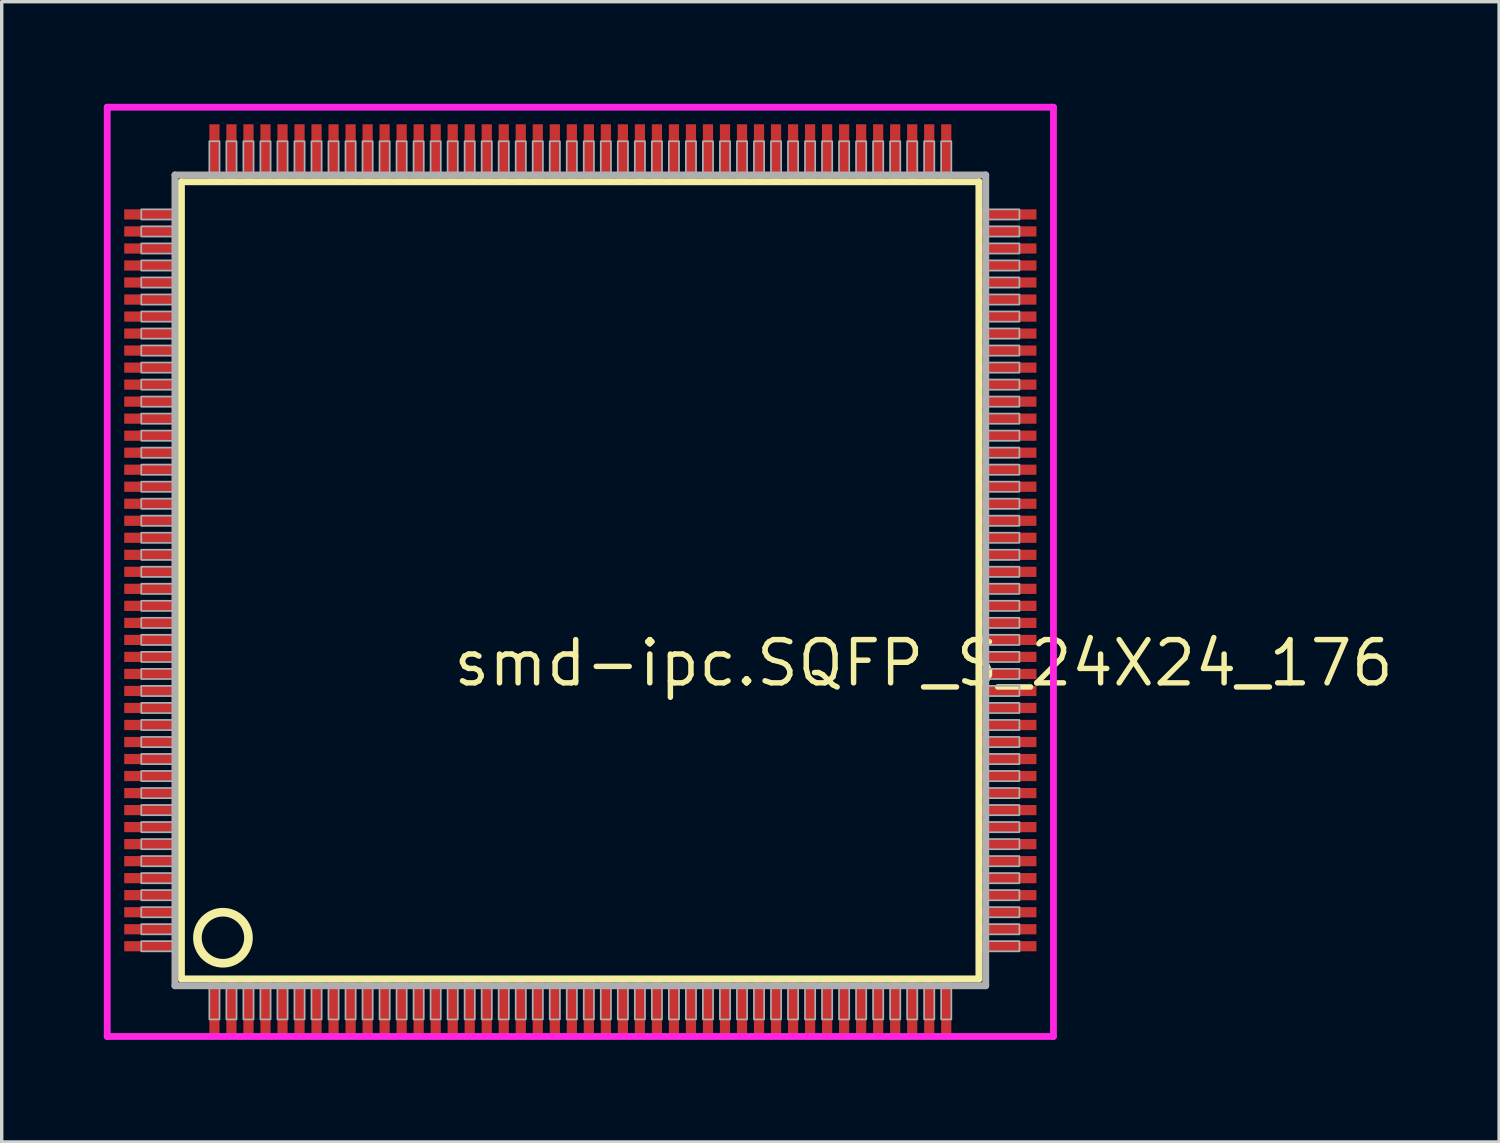
<source format=kicad_pcb>
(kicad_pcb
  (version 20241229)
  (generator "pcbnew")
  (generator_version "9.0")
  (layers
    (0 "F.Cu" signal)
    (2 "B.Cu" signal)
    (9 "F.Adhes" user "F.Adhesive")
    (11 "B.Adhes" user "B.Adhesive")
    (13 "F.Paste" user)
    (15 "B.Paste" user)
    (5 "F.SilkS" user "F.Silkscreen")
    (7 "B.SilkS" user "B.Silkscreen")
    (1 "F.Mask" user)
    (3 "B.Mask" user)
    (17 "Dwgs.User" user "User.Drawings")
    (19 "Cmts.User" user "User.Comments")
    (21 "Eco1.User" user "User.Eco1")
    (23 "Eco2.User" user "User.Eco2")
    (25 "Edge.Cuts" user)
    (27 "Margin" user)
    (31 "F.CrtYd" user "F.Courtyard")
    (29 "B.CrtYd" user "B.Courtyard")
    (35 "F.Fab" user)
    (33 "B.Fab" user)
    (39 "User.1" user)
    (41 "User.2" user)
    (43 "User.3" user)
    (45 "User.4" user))
  (footprint "smd-ipc.SQFP_S_24X24_176"
    (layer "F.Cu")
    (at 14 14)
    (property "Reference" "smd-ipc.SQFP_S_24X24_176" (at -3.81 3.175 0) (layer "F.SilkS") (effects (font (size 1.27 1.27) (thickness 0.16)) (justify left bottom)))
    (attr smd)
    (fp_line (start -11.72 -11.71) (end 11.71 -11.71) (stroke (width 0.203) (type default)) (layer "F.SilkS"))
    (fp_line (start -11.72 11.71) (end -11.72 -11.71) (stroke (width 0.203) (type default)) (layer "F.SilkS"))
    (fp_line (start 11.71 -11.71) (end 11.71 11.71) (stroke (width 0.203) (type default)) (layer "F.SilkS"))
    (fp_line (start 11.71 11.71) (end -11.72 11.71) (stroke (width 0.203) (type default)) (layer "F.SilkS"))
    (fp_circle (center -10.5 10.5) (end -9.75 10.5) (stroke (width 0.254) (type default)) (fill no) (layer "F.SilkS"))
    (fp_line (start -13.9 -13.9) (end 13.9 -13.9) (stroke (width 0.2) (type default)) (layer "F.CrtYd"))
    (fp_line (start -13.9 13.4) (end -13.9 -13.9) (stroke (width 0.2) (type default)) (layer "F.CrtYd"))
    (fp_line (start 13.9 -13.9) (end 13.9 13.4) (stroke (width 0.2) (type default)) (layer "F.CrtYd"))
    (fp_line (start 13.9 13.4) (end -13.9 13.4) (stroke (width 0.2) (type default)) (layer "F.CrtYd"))
    (fp_line (start -11.91 -11.91) (end -11.91 11.91) (stroke (width 0.203) (type default)) (layer "F.Fab"))
    (fp_line (start -11.91 11.91) (end 11.91 11.91) (stroke (width 0.203) (type default)) (layer "F.Fab"))
    (fp_line (start 11.91 -11.91) (end -11.91 -11.91) (stroke (width 0.203) (type default)) (layer "F.Fab"))
    (fp_line (start 11.91 11.91) (end 11.91 -11.91) (stroke (width 0.203) (type default)) (layer "F.Fab"))
    (fp_rect (start -12.9 -10.6) (end -11.95 -10.9) (stroke (width 0.05) (type default)) (fill no) (layer "F.Fab"))
    (fp_rect (start -12.9 -10.1) (end -11.95 -10.4) (stroke (width 0.05) (type default)) (fill no) (layer "F.Fab"))
    (fp_rect (start -12.9 -9.6) (end -11.95 -9.9) (stroke (width 0.05) (type default)) (fill no) (layer "F.Fab"))
    (fp_rect (start -12.9 -9.1) (end -11.95 -9.4) (stroke (width 0.05) (type default)) (fill no) (layer "F.Fab"))
    (fp_rect (start -12.9 -8.6) (end -11.95 -8.9) (stroke (width 0.05) (type default)) (fill no) (layer "F.Fab"))
    (fp_rect (start -12.9 -8.1) (end -11.95 -8.4) (stroke (width 0.05) (type default)) (fill no) (layer "F.Fab"))
    (fp_rect (start -12.9 -7.6) (end -11.95 -7.9) (stroke (width 0.05) (type default)) (fill no) (layer "F.Fab"))
    (fp_rect (start -12.9 -7.1) (end -11.95 -7.4) (stroke (width 0.05) (type default)) (fill no) (layer "F.Fab"))
    (fp_rect (start -12.9 -6.6) (end -11.95 -6.9) (stroke (width 0.05) (type default)) (fill no) (layer "F.Fab"))
    (fp_rect (start -12.9 -6.1) (end -11.95 -6.4) (stroke (width 0.05) (type default)) (fill no) (layer "F.Fab"))
    (fp_rect (start -12.9 -5.6) (end -11.95 -5.9) (stroke (width 0.05) (type default)) (fill no) (layer "F.Fab"))
    (fp_rect (start -12.9 -5.1) (end -11.95 -5.4) (stroke (width 0.05) (type default)) (fill no) (layer "F.Fab"))
    (fp_rect (start -12.9 -4.6) (end -11.95 -4.9) (stroke (width 0.05) (type default)) (fill no) (layer "F.Fab"))
    (fp_rect (start -12.9 -4.1) (end -11.95 -4.4) (stroke (width 0.05) (type default)) (fill no) (layer "F.Fab"))
    (fp_rect (start -12.9 -3.6) (end -11.95 -3.9) (stroke (width 0.05) (type default)) (fill no) (layer "F.Fab"))
    (fp_rect (start -12.9 -3.1) (end -11.95 -3.4) (stroke (width 0.05) (type default)) (fill no) (layer "F.Fab"))
    (fp_rect (start -12.9 -2.6) (end -11.95 -2.9) (stroke (width 0.05) (type default)) (fill no) (layer "F.Fab"))
    (fp_rect (start -12.9 -2.1) (end -11.95 -2.4) (stroke (width 0.05) (type default)) (fill no) (layer "F.Fab"))
    (fp_rect (start -12.9 -1.6) (end -11.95 -1.9) (stroke (width 0.05) (type default)) (fill no) (layer "F.Fab"))
    (fp_rect (start -12.9 -1.1) (end -11.95 -1.4) (stroke (width 0.05) (type default)) (fill no) (layer "F.Fab"))
    (fp_rect (start -12.9 -0.6) (end -11.95 -0.9) (stroke (width 0.05) (type default)) (fill no) (layer "F.Fab"))
    (fp_rect (start -12.9 -0.1) (end -11.95 -0.4) (stroke (width 0.05) (type default)) (fill no) (layer "F.Fab"))
    (fp_rect (start -12.9 0.4) (end -11.95 0.1) (stroke (width 0.05) (type default)) (fill no) (layer "F.Fab"))
    (fp_rect (start -12.9 0.9) (end -11.95 0.6) (stroke (width 0.05) (type default)) (fill no) (layer "F.Fab"))
    (fp_rect (start -12.9 1.4) (end -11.95 1.1) (stroke (width 0.05) (type default)) (fill no) (layer "F.Fab"))
    (fp_rect (start -12.9 1.9) (end -11.95 1.6) (stroke (width 0.05) (type default)) (fill no) (layer "F.Fab"))
    (fp_rect (start -12.9 2.4) (end -11.95 2.1) (stroke (width 0.05) (type default)) (fill no) (layer "F.Fab"))
    (fp_rect (start -12.9 2.9) (end -11.95 2.6) (stroke (width 0.05) (type default)) (fill no) (layer "F.Fab"))
    (fp_rect (start -12.9 3.4) (end -11.95 3.1) (stroke (width 0.05) (type default)) (fill no) (layer "F.Fab"))
    (fp_rect (start -12.9 3.9) (end -11.95 3.6) (stroke (width 0.05) (type default)) (fill no) (layer "F.Fab"))
    (fp_rect (start -12.9 4.4) (end -11.95 4.1) (stroke (width 0.05) (type default)) (fill no) (layer "F.Fab"))
    (fp_rect (start -12.9 4.9) (end -11.95 4.6) (stroke (width 0.05) (type default)) (fill no) (layer "F.Fab"))
    (fp_rect (start -12.9 5.4) (end -11.95 5.1) (stroke (width 0.05) (type default)) (fill no) (layer "F.Fab"))
    (fp_rect (start -12.9 5.9) (end -11.95 5.6) (stroke (width 0.05) (type default)) (fill no) (layer "F.Fab"))
    (fp_rect (start -12.9 6.4) (end -11.95 6.1) (stroke (width 0.05) (type default)) (fill no) (layer "F.Fab"))
    (fp_rect (start -12.9 6.9) (end -11.95 6.6) (stroke (width 0.05) (type default)) (fill no) (layer "F.Fab"))
    (fp_rect (start -12.9 7.4) (end -11.95 7.1) (stroke (width 0.05) (type default)) (fill no) (layer "F.Fab"))
    (fp_rect (start -12.9 7.9) (end -11.95 7.6) (stroke (width 0.05) (type default)) (fill no) (layer "F.Fab"))
    (fp_rect (start -12.9 8.4) (end -11.95 8.1) (stroke (width 0.05) (type default)) (fill no) (layer "F.Fab"))
    (fp_rect (start -12.9 8.9) (end -11.95 8.6) (stroke (width 0.05) (type default)) (fill no) (layer "F.Fab"))
    (fp_rect (start -12.9 9.4) (end -11.95 9.1) (stroke (width 0.05) (type default)) (fill no) (layer "F.Fab"))
    (fp_rect (start -12.9 9.9) (end -11.95 9.6) (stroke (width 0.05) (type default)) (fill no) (layer "F.Fab"))
    (fp_rect (start -12.9 10.4) (end -11.95 10.1) (stroke (width 0.05) (type default)) (fill no) (layer "F.Fab"))
    (fp_rect (start -12.9 10.9) (end -11.95 10.6) (stroke (width 0.05) (type default)) (fill no) (layer "F.Fab"))
    (fp_rect (start -10.9 -11.95) (end -10.6 -12.9) (stroke (width 0.05) (type default)) (fill no) (layer "F.Fab"))
    (fp_rect (start -10.9 12.9) (end -10.6 11.95) (stroke (width 0.05) (type default)) (fill no) (layer "F.Fab"))
    (fp_rect (start -10.4 -11.95) (end -10.1 -12.9) (stroke (width 0.05) (type default)) (fill no) (layer "F.Fab"))
    (fp_rect (start -10.4 12.9) (end -10.1 11.95) (stroke (width 0.05) (type default)) (fill no) (layer "F.Fab"))
    (fp_rect (start -9.9 -11.95) (end -9.6 -12.9) (stroke (width 0.05) (type default)) (fill no) (layer "F.Fab"))
    (fp_rect (start -9.9 12.9) (end -9.6 11.95) (stroke (width 0.05) (type default)) (fill no) (layer "F.Fab"))
    (fp_rect (start -9.4 -11.95) (end -9.1 -12.9) (stroke (width 0.05) (type default)) (fill no) (layer "F.Fab"))
    (fp_rect (start -9.4 12.9) (end -9.1 11.95) (stroke (width 0.05) (type default)) (fill no) (layer "F.Fab"))
    (fp_rect (start -8.9 -11.95) (end -8.6 -12.9) (stroke (width 0.05) (type default)) (fill no) (layer "F.Fab"))
    (fp_rect (start -8.9 12.9) (end -8.6 11.95) (stroke (width 0.05) (type default)) (fill no) (layer "F.Fab"))
    (fp_rect (start -8.4 -11.95) (end -8.1 -12.9) (stroke (width 0.05) (type default)) (fill no) (layer "F.Fab"))
    (fp_rect (start -8.4 12.9) (end -8.1 11.95) (stroke (width 0.05) (type default)) (fill no) (layer "F.Fab"))
    (fp_rect (start -7.9 -11.95) (end -7.6 -12.9) (stroke (width 0.05) (type default)) (fill no) (layer "F.Fab"))
    (fp_rect (start -7.9 12.9) (end -7.6 11.95) (stroke (width 0.05) (type default)) (fill no) (layer "F.Fab"))
    (fp_rect (start -7.4 -11.95) (end -7.1 -12.9) (stroke (width 0.05) (type default)) (fill no) (layer "F.Fab"))
    (fp_rect (start -7.4 12.9) (end -7.1 11.95) (stroke (width 0.05) (type default)) (fill no) (layer "F.Fab"))
    (fp_rect (start -6.9 -11.95) (end -6.6 -12.9) (stroke (width 0.05) (type default)) (fill no) (layer "F.Fab"))
    (fp_rect (start -6.9 12.9) (end -6.6 11.95) (stroke (width 0.05) (type default)) (fill no) (layer "F.Fab"))
    (fp_rect (start -6.4 -11.95) (end -6.1 -12.9) (stroke (width 0.05) (type default)) (fill no) (layer "F.Fab"))
    (fp_rect (start -6.4 12.9) (end -6.1 11.95) (stroke (width 0.05) (type default)) (fill no) (layer "F.Fab"))
    (fp_rect (start -5.9 -11.95) (end -5.6 -12.9) (stroke (width 0.05) (type default)) (fill no) (layer "F.Fab"))
    (fp_rect (start -5.9 12.9) (end -5.6 11.95) (stroke (width 0.05) (type default)) (fill no) (layer "F.Fab"))
    (fp_rect (start -5.4 -11.95) (end -5.1 -12.9) (stroke (width 0.05) (type default)) (fill no) (layer "F.Fab"))
    (fp_rect (start -5.4 12.9) (end -5.1 11.95) (stroke (width 0.05) (type default)) (fill no) (layer "F.Fab"))
    (fp_rect (start -4.9 -11.95) (end -4.6 -12.9) (stroke (width 0.05) (type default)) (fill no) (layer "F.Fab"))
    (fp_rect (start -4.9 12.9) (end -4.6 11.95) (stroke (width 0.05) (type default)) (fill no) (layer "F.Fab"))
    (fp_rect (start -4.4 -11.95) (end -4.1 -12.9) (stroke (width 0.05) (type default)) (fill no) (layer "F.Fab"))
    (fp_rect (start -4.4 12.9) (end -4.1 11.95) (stroke (width 0.05) (type default)) (fill no) (layer "F.Fab"))
    (fp_rect (start -3.9 -11.95) (end -3.6 -12.9) (stroke (width 0.05) (type default)) (fill no) (layer "F.Fab"))
    (fp_rect (start -3.9 12.9) (end -3.6 11.95) (stroke (width 0.05) (type default)) (fill no) (layer "F.Fab"))
    (fp_rect (start -3.4 -11.95) (end -3.1 -12.9) (stroke (width 0.05) (type default)) (fill no) (layer "F.Fab"))
    (fp_rect (start -3.4 12.9) (end -3.1 11.95) (stroke (width 0.05) (type default)) (fill no) (layer "F.Fab"))
    (fp_rect (start -2.9 -11.95) (end -2.6 -12.9) (stroke (width 0.05) (type default)) (fill no) (layer "F.Fab"))
    (fp_rect (start -2.9 12.9) (end -2.6 11.95) (stroke (width 0.05) (type default)) (fill no) (layer "F.Fab"))
    (fp_rect (start -2.4 -11.95) (end -2.1 -12.9) (stroke (width 0.05) (type default)) (fill no) (layer "F.Fab"))
    (fp_rect (start -2.4 12.9) (end -2.1 11.95) (stroke (width 0.05) (type default)) (fill no) (layer "F.Fab"))
    (fp_rect (start -1.9 -11.95) (end -1.6 -12.9) (stroke (width 0.05) (type default)) (fill no) (layer "F.Fab"))
    (fp_rect (start -1.9 12.9) (end -1.6 11.95) (stroke (width 0.05) (type default)) (fill no) (layer "F.Fab"))
    (fp_rect (start -1.4 -11.95) (end -1.1 -12.9) (stroke (width 0.05) (type default)) (fill no) (layer "F.Fab"))
    (fp_rect (start -1.4 12.9) (end -1.1 11.95) (stroke (width 0.05) (type default)) (fill no) (layer "F.Fab"))
    (fp_rect (start -0.9 -11.95) (end -0.6 -12.9) (stroke (width 0.05) (type default)) (fill no) (layer "F.Fab"))
    (fp_rect (start -0.9 12.9) (end -0.6 11.95) (stroke (width 0.05) (type default)) (fill no) (layer "F.Fab"))
    (fp_rect (start -0.4 -11.95) (end -0.1 -12.9) (stroke (width 0.05) (type default)) (fill no) (layer "F.Fab"))
    (fp_rect (start -0.4 12.9) (end -0.1 11.95) (stroke (width 0.05) (type default)) (fill no) (layer "F.Fab"))
    (fp_rect (start 0.1 -11.95) (end 0.4 -12.9) (stroke (width 0.05) (type default)) (fill no) (layer "F.Fab"))
    (fp_rect (start 0.1 12.9) (end 0.4 11.95) (stroke (width 0.05) (type default)) (fill no) (layer "F.Fab"))
    (fp_rect (start 0.6 -11.95) (end 0.9 -12.9) (stroke (width 0.05) (type default)) (fill no) (layer "F.Fab"))
    (fp_rect (start 0.6 12.9) (end 0.9 11.95) (stroke (width 0.05) (type default)) (fill no) (layer "F.Fab"))
    (fp_rect (start 1.1 -11.95) (end 1.4 -12.9) (stroke (width 0.05) (type default)) (fill no) (layer "F.Fab"))
    (fp_rect (start 1.1 12.9) (end 1.4 11.95) (stroke (width 0.05) (type default)) (fill no) (layer "F.Fab"))
    (fp_rect (start 1.6 -11.95) (end 1.9 -12.9) (stroke (width 0.05) (type default)) (fill no) (layer "F.Fab"))
    (fp_rect (start 1.6 12.9) (end 1.9 11.95) (stroke (width 0.05) (type default)) (fill no) (layer "F.Fab"))
    (fp_rect (start 2.1 -11.95) (end 2.4 -12.9) (stroke (width 0.05) (type default)) (fill no) (layer "F.Fab"))
    (fp_rect (start 2.1 12.9) (end 2.4 11.95) (stroke (width 0.05) (type default)) (fill no) (layer "F.Fab"))
    (fp_rect (start 2.6 -11.95) (end 2.9 -12.9) (stroke (width 0.05) (type default)) (fill no) (layer "F.Fab"))
    (fp_rect (start 2.6 12.9) (end 2.9 11.95) (stroke (width 0.05) (type default)) (fill no) (layer "F.Fab"))
    (fp_rect (start 3.1 -11.95) (end 3.4 -12.9) (stroke (width 0.05) (type default)) (fill no) (layer "F.Fab"))
    (fp_rect (start 3.1 12.9) (end 3.4 11.95) (stroke (width 0.05) (type default)) (fill no) (layer "F.Fab"))
    (fp_rect (start 3.6 -11.95) (end 3.9 -12.9) (stroke (width 0.05) (type default)) (fill no) (layer "F.Fab"))
    (fp_rect (start 3.6 12.9) (end 3.9 11.95) (stroke (width 0.05) (type default)) (fill no) (layer "F.Fab"))
    (fp_rect (start 4.1 -11.95) (end 4.4 -12.9) (stroke (width 0.05) (type default)) (fill no) (layer "F.Fab"))
    (fp_rect (start 4.1 12.9) (end 4.4 11.95) (stroke (width 0.05) (type default)) (fill no) (layer "F.Fab"))
    (fp_rect (start 4.6 -11.95) (end 4.9 -12.9) (stroke (width 0.05) (type default)) (fill no) (layer "F.Fab"))
    (fp_rect (start 4.6 12.9) (end 4.9 11.95) (stroke (width 0.05) (type default)) (fill no) (layer "F.Fab"))
    (fp_rect (start 5.1 -11.95) (end 5.4 -12.9) (stroke (width 0.05) (type default)) (fill no) (layer "F.Fab"))
    (fp_rect (start 5.1 12.9) (end 5.4 11.95) (stroke (width 0.05) (type default)) (fill no) (layer "F.Fab"))
    (fp_rect (start 5.6 -11.95) (end 5.9 -12.9) (stroke (width 0.05) (type default)) (fill no) (layer "F.Fab"))
    (fp_rect (start 5.6 12.9) (end 5.9 11.95) (stroke (width 0.05) (type default)) (fill no) (layer "F.Fab"))
    (fp_rect (start 6.1 -11.95) (end 6.4 -12.9) (stroke (width 0.05) (type default)) (fill no) (layer "F.Fab"))
    (fp_rect (start 6.1 12.9) (end 6.4 11.95) (stroke (width 0.05) (type default)) (fill no) (layer "F.Fab"))
    (fp_rect (start 6.6 -11.95) (end 6.9 -12.9) (stroke (width 0.05) (type default)) (fill no) (layer "F.Fab"))
    (fp_rect (start 6.6 12.9) (end 6.9 11.95) (stroke (width 0.05) (type default)) (fill no) (layer "F.Fab"))
    (fp_rect (start 7.1 -11.95) (end 7.4 -12.9) (stroke (width 0.05) (type default)) (fill no) (layer "F.Fab"))
    (fp_rect (start 7.1 12.9) (end 7.4 11.95) (stroke (width 0.05) (type default)) (fill no) (layer "F.Fab"))
    (fp_rect (start 7.6 -11.95) (end 7.9 -12.9) (stroke (width 0.05) (type default)) (fill no) (layer "F.Fab"))
    (fp_rect (start 7.6 12.9) (end 7.9 11.95) (stroke (width 0.05) (type default)) (fill no) (layer "F.Fab"))
    (fp_rect (start 8.1 -11.95) (end 8.4 -12.9) (stroke (width 0.05) (type default)) (fill no) (layer "F.Fab"))
    (fp_rect (start 8.1 12.9) (end 8.4 11.95) (stroke (width 0.05) (type default)) (fill no) (layer "F.Fab"))
    (fp_rect (start 8.6 -11.95) (end 8.9 -12.9) (stroke (width 0.05) (type default)) (fill no) (layer "F.Fab"))
    (fp_rect (start 8.6 12.9) (end 8.9 11.95) (stroke (width 0.05) (type default)) (fill no) (layer "F.Fab"))
    (fp_rect (start 9.1 -11.95) (end 9.4 -12.9) (stroke (width 0.05) (type default)) (fill no) (layer "F.Fab"))
    (fp_rect (start 9.1 12.9) (end 9.4 11.95) (stroke (width 0.05) (type default)) (fill no) (layer "F.Fab"))
    (fp_rect (start 9.6 -11.95) (end 9.9 -12.9) (stroke (width 0.05) (type default)) (fill no) (layer "F.Fab"))
    (fp_rect (start 9.6 12.9) (end 9.9 11.95) (stroke (width 0.05) (type default)) (fill no) (layer "F.Fab"))
    (fp_rect (start 10.1 -11.95) (end 10.4 -12.9) (stroke (width 0.05) (type default)) (fill no) (layer "F.Fab"))
    (fp_rect (start 10.1 12.9) (end 10.4 11.95) (stroke (width 0.05) (type default)) (fill no) (layer "F.Fab"))
    (fp_rect (start 10.6 -11.95) (end 10.9 -12.9) (stroke (width 0.05) (type default)) (fill no) (layer "F.Fab"))
    (fp_rect (start 10.6 12.9) (end 10.9 11.95) (stroke (width 0.05) (type default)) (fill no) (layer "F.Fab"))
    (fp_rect (start 11.95 -10.6) (end 12.9 -10.9) (stroke (width 0.05) (type default)) (fill no) (layer "F.Fab"))
    (fp_rect (start 11.95 -10.1) (end 12.9 -10.4) (stroke (width 0.05) (type default)) (fill no) (layer "F.Fab"))
    (fp_rect (start 11.95 -9.6) (end 12.9 -9.9) (stroke (width 0.05) (type default)) (fill no) (layer "F.Fab"))
    (fp_rect (start 11.95 -9.1) (end 12.9 -9.4) (stroke (width 0.05) (type default)) (fill no) (layer "F.Fab"))
    (fp_rect (start 11.95 -8.6) (end 12.9 -8.9) (stroke (width 0.05) (type default)) (fill no) (layer "F.Fab"))
    (fp_rect (start 11.95 -8.1) (end 12.9 -8.4) (stroke (width 0.05) (type default)) (fill no) (layer "F.Fab"))
    (fp_rect (start 11.95 -7.6) (end 12.9 -7.9) (stroke (width 0.05) (type default)) (fill no) (layer "F.Fab"))
    (fp_rect (start 11.95 -7.1) (end 12.9 -7.4) (stroke (width 0.05) (type default)) (fill no) (layer "F.Fab"))
    (fp_rect (start 11.95 -6.6) (end 12.9 -6.9) (stroke (width 0.05) (type default)) (fill no) (layer "F.Fab"))
    (fp_rect (start 11.95 -6.1) (end 12.9 -6.4) (stroke (width 0.05) (type default)) (fill no) (layer "F.Fab"))
    (fp_rect (start 11.95 -5.6) (end 12.9 -5.9) (stroke (width 0.05) (type default)) (fill no) (layer "F.Fab"))
    (fp_rect (start 11.95 -5.1) (end 12.9 -5.4) (stroke (width 0.05) (type default)) (fill no) (layer "F.Fab"))
    (fp_rect (start 11.95 -4.6) (end 12.9 -4.9) (stroke (width 0.05) (type default)) (fill no) (layer "F.Fab"))
    (fp_rect (start 11.95 -4.1) (end 12.9 -4.4) (stroke (width 0.05) (type default)) (fill no) (layer "F.Fab"))
    (fp_rect (start 11.95 -3.6) (end 12.9 -3.9) (stroke (width 0.05) (type default)) (fill no) (layer "F.Fab"))
    (fp_rect (start 11.95 -3.1) (end 12.9 -3.4) (stroke (width 0.05) (type default)) (fill no) (layer "F.Fab"))
    (fp_rect (start 11.95 -2.6) (end 12.9 -2.9) (stroke (width 0.05) (type default)) (fill no) (layer "F.Fab"))
    (fp_rect (start 11.95 -2.1) (end 12.9 -2.4) (stroke (width 0.05) (type default)) (fill no) (layer "F.Fab"))
    (fp_rect (start 11.95 -1.6) (end 12.9 -1.9) (stroke (width 0.05) (type default)) (fill no) (layer "F.Fab"))
    (fp_rect (start 11.95 -1.1) (end 12.9 -1.4) (stroke (width 0.05) (type default)) (fill no) (layer "F.Fab"))
    (fp_rect (start 11.95 -0.6) (end 12.9 -0.9) (stroke (width 0.05) (type default)) (fill no) (layer "F.Fab"))
    (fp_rect (start 11.95 -0.1) (end 12.9 -0.4) (stroke (width 0.05) (type default)) (fill no) (layer "F.Fab"))
    (fp_rect (start 11.95 0.4) (end 12.9 0.1) (stroke (width 0.05) (type default)) (fill no) (layer "F.Fab"))
    (fp_rect (start 11.95 0.9) (end 12.9 0.6) (stroke (width 0.05) (type default)) (fill no) (layer "F.Fab"))
    (fp_rect (start 11.95 1.4) (end 12.9 1.1) (stroke (width 0.05) (type default)) (fill no) (layer "F.Fab"))
    (fp_rect (start 11.95 1.9) (end 12.9 1.6) (stroke (width 0.05) (type default)) (fill no) (layer "F.Fab"))
    (fp_rect (start 11.95 2.4) (end 12.9 2.1) (stroke (width 0.05) (type default)) (fill no) (layer "F.Fab"))
    (fp_rect (start 11.95 2.9) (end 12.9 2.6) (stroke (width 0.05) (type default)) (fill no) (layer "F.Fab"))
    (fp_rect (start 11.95 3.4) (end 12.9 3.1) (stroke (width 0.05) (type default)) (fill no) (layer "F.Fab"))
    (fp_rect (start 11.95 3.9) (end 12.9 3.6) (stroke (width 0.05) (type default)) (fill no) (layer "F.Fab"))
    (fp_rect (start 11.95 4.4) (end 12.9 4.1) (stroke (width 0.05) (type default)) (fill no) (layer "F.Fab"))
    (fp_rect (start 11.95 4.9) (end 12.9 4.6) (stroke (width 0.05) (type default)) (fill no) (layer "F.Fab"))
    (fp_rect (start 11.95 5.4) (end 12.9 5.1) (stroke (width 0.05) (type default)) (fill no) (layer "F.Fab"))
    (fp_rect (start 11.95 5.9) (end 12.9 5.6) (stroke (width 0.05) (type default)) (fill no) (layer "F.Fab"))
    (fp_rect (start 11.95 6.4) (end 12.9 6.1) (stroke (width 0.05) (type default)) (fill no) (layer "F.Fab"))
    (fp_rect (start 11.95 6.9) (end 12.9 6.6) (stroke (width 0.05) (type default)) (fill no) (layer "F.Fab"))
    (fp_rect (start 11.95 7.4) (end 12.9 7.1) (stroke (width 0.05) (type default)) (fill no) (layer "F.Fab"))
    (fp_rect (start 11.95 7.9) (end 12.9 7.6) (stroke (width 0.05) (type default)) (fill no) (layer "F.Fab"))
    (fp_rect (start 11.95 8.4) (end 12.9 8.1) (stroke (width 0.05) (type default)) (fill no) (layer "F.Fab"))
    (fp_rect (start 11.95 8.9) (end 12.9 8.6) (stroke (width 0.05) (type default)) (fill no) (layer "F.Fab"))
    (fp_rect (start 11.95 9.4) (end 12.9 9.1) (stroke (width 0.05) (type default)) (fill no) (layer "F.Fab"))
    (fp_rect (start 11.95 9.9) (end 12.9 9.6) (stroke (width 0.05) (type default)) (fill no) (layer "F.Fab"))
    (fp_rect (start 11.95 10.4) (end 12.9 10.1) (stroke (width 0.05) (type default)) (fill no) (layer "F.Fab"))
    (fp_rect (start 11.95 10.9) (end 12.9 10.6) (stroke (width 0.05) (type default)) (fill no) (layer "F.Fab"))
    (pad "1" smd roundrect (at -10.75 12.6) (size 0.3 1.6) (layers "F.Cu" "F.Mask" "F.Paste") (roundrect_rratio 0.01))
    (pad "2" smd roundrect (at -10.25 12.6) (size 0.3 1.6) (layers "F.Cu" "F.Mask" "F.Paste") (roundrect_rratio 0.01))
    (pad "3" smd roundrect (at -9.75 12.6) (size 0.3 1.6) (layers "F.Cu" "F.Mask" "F.Paste") (roundrect_rratio 0.01))
    (pad "4" smd roundrect (at -9.25 12.6) (size 0.3 1.6) (layers "F.Cu" "F.Mask" "F.Paste") (roundrect_rratio 0.01))
    (pad "5" smd roundrect (at -8.75 12.6) (size 0.3 1.6) (layers "F.Cu" "F.Mask" "F.Paste") (roundrect_rratio 0.01))
    (pad "6" smd roundrect (at -8.25 12.6) (size 0.3 1.6) (layers "F.Cu" "F.Mask" "F.Paste") (roundrect_rratio 0.01))
    (pad "7" smd roundrect (at -7.75 12.6) (size 0.3 1.6) (layers "F.Cu" "F.Mask" "F.Paste") (roundrect_rratio 0.01))
    (pad "8" smd roundrect (at -7.25 12.6) (size 0.3 1.6) (layers "F.Cu" "F.Mask" "F.Paste") (roundrect_rratio 0.01))
    (pad "9" smd roundrect (at -6.75 12.6) (size 0.3 1.6) (layers "F.Cu" "F.Mask" "F.Paste") (roundrect_rratio 0.01))
    (pad "10" smd roundrect (at -6.25 12.6) (size 0.3 1.6) (layers "F.Cu" "F.Mask" "F.Paste") (roundrect_rratio 0.01))
    (pad "11" smd roundrect (at -5.75 12.6) (size 0.3 1.6) (layers "F.Cu" "F.Mask" "F.Paste") (roundrect_rratio 0.01))
    (pad "12" smd roundrect (at -5.25 12.6) (size 0.3 1.6) (layers "F.Cu" "F.Mask" "F.Paste") (roundrect_rratio 0.01))
    (pad "13" smd roundrect (at -4.75 12.6) (size 0.3 1.6) (layers "F.Cu" "F.Mask" "F.Paste") (roundrect_rratio 0.01))
    (pad "14" smd roundrect (at -4.25 12.6) (size 0.3 1.6) (layers "F.Cu" "F.Mask" "F.Paste") (roundrect_rratio 0.01))
    (pad "15" smd roundrect (at -3.75 12.6) (size 0.3 1.6) (layers "F.Cu" "F.Mask" "F.Paste") (roundrect_rratio 0.01))
    (pad "16" smd roundrect (at -3.25 12.6) (size 0.3 1.6) (layers "F.Cu" "F.Mask" "F.Paste") (roundrect_rratio 0.01))
    (pad "17" smd roundrect (at -2.75 12.6) (size 0.3 1.6) (layers "F.Cu" "F.Mask" "F.Paste") (roundrect_rratio 0.01))
    (pad "18" smd roundrect (at -2.25 12.6) (size 0.3 1.6) (layers "F.Cu" "F.Mask" "F.Paste") (roundrect_rratio 0.01))
    (pad "19" smd roundrect (at -1.75 12.6) (size 0.3 1.6) (layers "F.Cu" "F.Mask" "F.Paste") (roundrect_rratio 0.01))
    (pad "20" smd roundrect (at -1.25 12.6) (size 0.3 1.6) (layers "F.Cu" "F.Mask" "F.Paste") (roundrect_rratio 0.01))
    (pad "21" smd roundrect (at -0.75 12.6) (size 0.3 1.6) (layers "F.Cu" "F.Mask" "F.Paste") (roundrect_rratio 0.01))
    (pad "22" smd roundrect (at -0.25 12.6) (size 0.3 1.6) (layers "F.Cu" "F.Mask" "F.Paste") (roundrect_rratio 0.01))
    (pad "23" smd roundrect (at 0.25 12.6) (size 0.3 1.6) (layers "F.Cu" "F.Mask" "F.Paste") (roundrect_rratio 0.01))
    (pad "24" smd roundrect (at 0.75 12.6) (size 0.3 1.6) (layers "F.Cu" "F.Mask" "F.Paste") (roundrect_rratio 0.01))
    (pad "25" smd roundrect (at 1.25 12.6) (size 0.3 1.6) (layers "F.Cu" "F.Mask" "F.Paste") (roundrect_rratio 0.01))
    (pad "26" smd roundrect (at 1.75 12.6) (size 0.3 1.6) (layers "F.Cu" "F.Mask" "F.Paste") (roundrect_rratio 0.01))
    (pad "27" smd roundrect (at 2.25 12.6) (size 0.3 1.6) (layers "F.Cu" "F.Mask" "F.Paste") (roundrect_rratio 0.01))
    (pad "28" smd roundrect (at 2.75 12.6) (size 0.3 1.6) (layers "F.Cu" "F.Mask" "F.Paste") (roundrect_rratio 0.01))
    (pad "29" smd roundrect (at 3.25 12.6) (size 0.3 1.6) (layers "F.Cu" "F.Mask" "F.Paste") (roundrect_rratio 0.01))
    (pad "30" smd roundrect (at 3.75 12.6) (size 0.3 1.6) (layers "F.Cu" "F.Mask" "F.Paste") (roundrect_rratio 0.01))
    (pad "31" smd roundrect (at 4.25 12.6) (size 0.3 1.6) (layers "F.Cu" "F.Mask" "F.Paste") (roundrect_rratio 0.01))
    (pad "32" smd roundrect (at 4.75 12.6) (size 0.3 1.6) (layers "F.Cu" "F.Mask" "F.Paste") (roundrect_rratio 0.01))
    (pad "33" smd roundrect (at 5.25 12.6) (size 0.3 1.6) (layers "F.Cu" "F.Mask" "F.Paste") (roundrect_rratio 0.01))
    (pad "34" smd roundrect (at 5.75 12.6) (size 0.3 1.6) (layers "F.Cu" "F.Mask" "F.Paste") (roundrect_rratio 0.01))
    (pad "35" smd roundrect (at 6.25 12.6) (size 0.3 1.6) (layers "F.Cu" "F.Mask" "F.Paste") (roundrect_rratio 0.01))
    (pad "36" smd roundrect (at 6.75 12.6) (size 0.3 1.6) (layers "F.Cu" "F.Mask" "F.Paste") (roundrect_rratio 0.01))
    (pad "37" smd roundrect (at 7.25 12.6) (size 0.3 1.6) (layers "F.Cu" "F.Mask" "F.Paste") (roundrect_rratio 0.01))
    (pad "38" smd roundrect (at 7.75 12.6) (size 0.3 1.6) (layers "F.Cu" "F.Mask" "F.Paste") (roundrect_rratio 0.01))
    (pad "39" smd roundrect (at 8.25 12.6) (size 0.3 1.6) (layers "F.Cu" "F.Mask" "F.Paste") (roundrect_rratio 0.01))
    (pad "40" smd roundrect (at 8.75 12.6) (size 0.3 1.6) (layers "F.Cu" "F.Mask" "F.Paste") (roundrect_rratio 0.01))
    (pad "41" smd roundrect (at 9.25 12.6) (size 0.3 1.6) (layers "F.Cu" "F.Mask" "F.Paste") (roundrect_rratio 0.01))
    (pad "42" smd roundrect (at 9.75 12.6) (size 0.3 1.6) (layers "F.Cu" "F.Mask" "F.Paste") (roundrect_rratio 0.01))
    (pad "43" smd roundrect (at 10.25 12.6) (size 0.3 1.6) (layers "F.Cu" "F.Mask" "F.Paste") (roundrect_rratio 0.01))
    (pad "44" smd roundrect (at 10.75 12.6) (size 0.3 1.6) (layers "F.Cu" "F.Mask" "F.Paste") (roundrect_rratio 0.01))
    (pad "45" smd roundrect (at 12.6 10.75) (size 1.6 0.3) (layers "F.Cu" "F.Mask" "F.Paste") (roundrect_rratio 0.01))
    (pad "46" smd roundrect (at 12.6 10.25) (size 1.6 0.3) (layers "F.Cu" "F.Mask" "F.Paste") (roundrect_rratio 0.01))
    (pad "47" smd roundrect (at 12.6 9.75) (size 1.6 0.3) (layers "F.Cu" "F.Mask" "F.Paste") (roundrect_rratio 0.01))
    (pad "48" smd roundrect (at 12.6 9.25) (size 1.6 0.3) (layers "F.Cu" "F.Mask" "F.Paste") (roundrect_rratio 0.01))
    (pad "49" smd roundrect (at 12.6 8.75) (size 1.6 0.3) (layers "F.Cu" "F.Mask" "F.Paste") (roundrect_rratio 0.01))
    (pad "50" smd roundrect (at 12.6 8.25) (size 1.6 0.3) (layers "F.Cu" "F.Mask" "F.Paste") (roundrect_rratio 0.01))
    (pad "51" smd roundrect (at 12.6 7.75) (size 1.6 0.3) (layers "F.Cu" "F.Mask" "F.Paste") (roundrect_rratio 0.01))
    (pad "52" smd roundrect (at 12.6 7.25) (size 1.6 0.3) (layers "F.Cu" "F.Mask" "F.Paste") (roundrect_rratio 0.01))
    (pad "53" smd roundrect (at 12.6 6.75) (size 1.6 0.3) (layers "F.Cu" "F.Mask" "F.Paste") (roundrect_rratio 0.01))
    (pad "54" smd roundrect (at 12.6 6.25) (size 1.6 0.3) (layers "F.Cu" "F.Mask" "F.Paste") (roundrect_rratio 0.01))
    (pad "55" smd roundrect (at 12.6 5.75) (size 1.6 0.3) (layers "F.Cu" "F.Mask" "F.Paste") (roundrect_rratio 0.01))
    (pad "56" smd roundrect (at 12.6 5.25) (size 1.6 0.3) (layers "F.Cu" "F.Mask" "F.Paste") (roundrect_rratio 0.01))
    (pad "57" smd roundrect (at 12.6 4.75) (size 1.6 0.3) (layers "F.Cu" "F.Mask" "F.Paste") (roundrect_rratio 0.01))
    (pad "58" smd roundrect (at 12.6 4.25) (size 1.6 0.3) (layers "F.Cu" "F.Mask" "F.Paste") (roundrect_rratio 0.01))
    (pad "59" smd roundrect (at 12.6 3.75) (size 1.6 0.3) (layers "F.Cu" "F.Mask" "F.Paste") (roundrect_rratio 0.01))
    (pad "60" smd roundrect (at 12.6 3.25) (size 1.6 0.3) (layers "F.Cu" "F.Mask" "F.Paste") (roundrect_rratio 0.01))
    (pad "61" smd roundrect (at 12.6 2.75) (size 1.6 0.3) (layers "F.Cu" "F.Mask" "F.Paste") (roundrect_rratio 0.01))
    (pad "62" smd roundrect (at 12.6 2.25) (size 1.6 0.3) (layers "F.Cu" "F.Mask" "F.Paste") (roundrect_rratio 0.01))
    (pad "63" smd roundrect (at 12.6 1.75) (size 1.6 0.3) (layers "F.Cu" "F.Mask" "F.Paste") (roundrect_rratio 0.01))
    (pad "64" smd roundrect (at 12.6 1.25) (size 1.6 0.3) (layers "F.Cu" "F.Mask" "F.Paste") (roundrect_rratio 0.01))
    (pad "65" smd roundrect (at 12.6 0.75) (size 1.6 0.3) (layers "F.Cu" "F.Mask" "F.Paste") (roundrect_rratio 0.01))
    (pad "66" smd roundrect (at 12.6 0.25) (size 1.6 0.3) (layers "F.Cu" "F.Mask" "F.Paste") (roundrect_rratio 0.01))
    (pad "67" smd roundrect (at 12.6 -0.25) (size 1.6 0.3) (layers "F.Cu" "F.Mask" "F.Paste") (roundrect_rratio 0.01))
    (pad "68" smd roundrect (at 12.6 -0.75) (size 1.6 0.3) (layers "F.Cu" "F.Mask" "F.Paste") (roundrect_rratio 0.01))
    (pad "69" smd roundrect (at 12.6 -1.25) (size 1.6 0.3) (layers "F.Cu" "F.Mask" "F.Paste") (roundrect_rratio 0.01))
    (pad "70" smd roundrect (at 12.6 -1.75) (size 1.6 0.3) (layers "F.Cu" "F.Mask" "F.Paste") (roundrect_rratio 0.01))
    (pad "71" smd roundrect (at 12.6 -2.25) (size 1.6 0.3) (layers "F.Cu" "F.Mask" "F.Paste") (roundrect_rratio 0.01))
    (pad "72" smd roundrect (at 12.6 -2.75) (size 1.6 0.3) (layers "F.Cu" "F.Mask" "F.Paste") (roundrect_rratio 0.01))
    (pad "73" smd roundrect (at 12.6 -3.25) (size 1.6 0.3) (layers "F.Cu" "F.Mask" "F.Paste") (roundrect_rratio 0.01))
    (pad "74" smd roundrect (at 12.6 -3.75) (size 1.6 0.3) (layers "F.Cu" "F.Mask" "F.Paste") (roundrect_rratio 0.01))
    (pad "75" smd roundrect (at 12.6 -4.25) (size 1.6 0.3) (layers "F.Cu" "F.Mask" "F.Paste") (roundrect_rratio 0.01))
    (pad "76" smd roundrect (at 12.6 -4.75) (size 1.6 0.3) (layers "F.Cu" "F.Mask" "F.Paste") (roundrect_rratio 0.01))
    (pad "77" smd roundrect (at 12.6 -5.25) (size 1.6 0.3) (layers "F.Cu" "F.Mask" "F.Paste") (roundrect_rratio 0.01))
    (pad "78" smd roundrect (at 12.6 -5.75) (size 1.6 0.3) (layers "F.Cu" "F.Mask" "F.Paste") (roundrect_rratio 0.01))
    (pad "79" smd roundrect (at 12.6 -6.25) (size 1.6 0.3) (layers "F.Cu" "F.Mask" "F.Paste") (roundrect_rratio 0.01))
    (pad "80" smd roundrect (at 12.6 -6.75) (size 1.6 0.3) (layers "F.Cu" "F.Mask" "F.Paste") (roundrect_rratio 0.01))
    (pad "81" smd roundrect (at 12.6 -7.25) (size 1.6 0.3) (layers "F.Cu" "F.Mask" "F.Paste") (roundrect_rratio 0.01))
    (pad "82" smd roundrect (at 12.6 -7.75) (size 1.6 0.3) (layers "F.Cu" "F.Mask" "F.Paste") (roundrect_rratio 0.01))
    (pad "83" smd roundrect (at 12.6 -8.25) (size 1.6 0.3) (layers "F.Cu" "F.Mask" "F.Paste") (roundrect_rratio 0.01))
    (pad "84" smd roundrect (at 12.6 -8.75) (size 1.6 0.3) (layers "F.Cu" "F.Mask" "F.Paste") (roundrect_rratio 0.01))
    (pad "85" smd roundrect (at 12.6 -9.25) (size 1.6 0.3) (layers "F.Cu" "F.Mask" "F.Paste") (roundrect_rratio 0.01))
    (pad "86" smd roundrect (at 12.6 -9.75) (size 1.6 0.3) (layers "F.Cu" "F.Mask" "F.Paste") (roundrect_rratio 0.01))
    (pad "87" smd roundrect (at 12.6 -10.25) (size 1.6 0.3) (layers "F.Cu" "F.Mask" "F.Paste") (roundrect_rratio 0.01))
    (pad "88" smd roundrect (at 12.6 -10.75) (size 1.6 0.3) (layers "F.Cu" "F.Mask" "F.Paste") (roundrect_rratio 0.01))
    (pad "89" smd roundrect (at 10.75 -12.6) (size 0.3 1.6) (layers "F.Cu" "F.Mask" "F.Paste") (roundrect_rratio 0.01))
    (pad "90" smd roundrect (at 10.25 -12.6) (size 0.3 1.6) (layers "F.Cu" "F.Mask" "F.Paste") (roundrect_rratio 0.01))
    (pad "91" smd roundrect (at 9.75 -12.6) (size 0.3 1.6) (layers "F.Cu" "F.Mask" "F.Paste") (roundrect_rratio 0.01))
    (pad "92" smd roundrect (at 9.25 -12.6) (size 0.3 1.6) (layers "F.Cu" "F.Mask" "F.Paste") (roundrect_rratio 0.01))
    (pad "93" smd roundrect (at 8.75 -12.6) (size 0.3 1.6) (layers "F.Cu" "F.Mask" "F.Paste") (roundrect_rratio 0.01))
    (pad "94" smd roundrect (at 8.25 -12.6) (size 0.3 1.6) (layers "F.Cu" "F.Mask" "F.Paste") (roundrect_rratio 0.01))
    (pad "95" smd roundrect (at 7.75 -12.6) (size 0.3 1.6) (layers "F.Cu" "F.Mask" "F.Paste") (roundrect_rratio 0.01))
    (pad "96" smd roundrect (at 7.25 -12.6) (size 0.3 1.6) (layers "F.Cu" "F.Mask" "F.Paste") (roundrect_rratio 0.01))
    (pad "97" smd roundrect (at 6.75 -12.6) (size 0.3 1.6) (layers "F.Cu" "F.Mask" "F.Paste") (roundrect_rratio 0.01))
    (pad "98" smd roundrect (at 6.25 -12.6) (size 0.3 1.6) (layers "F.Cu" "F.Mask" "F.Paste") (roundrect_rratio 0.01))
    (pad "99" smd roundrect (at 5.75 -12.6) (size 0.3 1.6) (layers "F.Cu" "F.Mask" "F.Paste") (roundrect_rratio 0.01))
    (pad "100" smd roundrect (at 5.25 -12.6) (size 0.3 1.6) (layers "F.Cu" "F.Mask" "F.Paste") (roundrect_rratio 0.01))
    (pad "101" smd roundrect (at 4.75 -12.6) (size 0.3 1.6) (layers "F.Cu" "F.Mask" "F.Paste") (roundrect_rratio 0.01))
    (pad "102" smd roundrect (at 4.25 -12.6) (size 0.3 1.6) (layers "F.Cu" "F.Mask" "F.Paste") (roundrect_rratio 0.01))
    (pad "103" smd roundrect (at 3.75 -12.6) (size 0.3 1.6) (layers "F.Cu" "F.Mask" "F.Paste") (roundrect_rratio 0.01))
    (pad "104" smd roundrect (at 3.25 -12.6) (size 0.3 1.6) (layers "F.Cu" "F.Mask" "F.Paste") (roundrect_rratio 0.01))
    (pad "105" smd roundrect (at 2.75 -12.6) (size 0.3 1.6) (layers "F.Cu" "F.Mask" "F.Paste") (roundrect_rratio 0.01))
    (pad "106" smd roundrect (at 2.25 -12.6) (size 0.3 1.6) (layers "F.Cu" "F.Mask" "F.Paste") (roundrect_rratio 0.01))
    (pad "107" smd roundrect (at 1.75 -12.6) (size 0.3 1.6) (layers "F.Cu" "F.Mask" "F.Paste") (roundrect_rratio 0.01))
    (pad "108" smd roundrect (at 1.25 -12.6) (size 0.3 1.6) (layers "F.Cu" "F.Mask" "F.Paste") (roundrect_rratio 0.01))
    (pad "109" smd roundrect (at 0.75 -12.6) (size 0.3 1.6) (layers "F.Cu" "F.Mask" "F.Paste") (roundrect_rratio 0.01))
    (pad "110" smd roundrect (at 0.25 -12.6) (size 0.3 1.6) (layers "F.Cu" "F.Mask" "F.Paste") (roundrect_rratio 0.01))
    (pad "111" smd roundrect (at -0.25 -12.6) (size 0.3 1.6) (layers "F.Cu" "F.Mask" "F.Paste") (roundrect_rratio 0.01))
    (pad "112" smd roundrect (at -0.75 -12.6) (size 0.3 1.6) (layers "F.Cu" "F.Mask" "F.Paste") (roundrect_rratio 0.01))
    (pad "113" smd roundrect (at -1.25 -12.6) (size 0.3 1.6) (layers "F.Cu" "F.Mask" "F.Paste") (roundrect_rratio 0.01))
    (pad "114" smd roundrect (at -1.75 -12.6) (size 0.3 1.6) (layers "F.Cu" "F.Mask" "F.Paste") (roundrect_rratio 0.01))
    (pad "115" smd roundrect (at -2.25 -12.6) (size 0.3 1.6) (layers "F.Cu" "F.Mask" "F.Paste") (roundrect_rratio 0.01))
    (pad "116" smd roundrect (at -2.75 -12.6) (size 0.3 1.6) (layers "F.Cu" "F.Mask" "F.Paste") (roundrect_rratio 0.01))
    (pad "117" smd roundrect (at -3.25 -12.6) (size 0.3 1.6) (layers "F.Cu" "F.Mask" "F.Paste") (roundrect_rratio 0.01))
    (pad "118" smd roundrect (at -3.75 -12.6) (size 0.3 1.6) (layers "F.Cu" "F.Mask" "F.Paste") (roundrect_rratio 0.01))
    (pad "119" smd roundrect (at -4.25 -12.6) (size 0.3 1.6) (layers "F.Cu" "F.Mask" "F.Paste") (roundrect_rratio 0.01))
    (pad "120" smd roundrect (at -4.75 -12.6) (size 0.3 1.6) (layers "F.Cu" "F.Mask" "F.Paste") (roundrect_rratio 0.01))
    (pad "121" smd roundrect (at -5.25 -12.6) (size 0.3 1.6) (layers "F.Cu" "F.Mask" "F.Paste") (roundrect_rratio 0.01))
    (pad "122" smd roundrect (at -5.75 -12.6) (size 0.3 1.6) (layers "F.Cu" "F.Mask" "F.Paste") (roundrect_rratio 0.01))
    (pad "123" smd roundrect (at -6.25 -12.6) (size 0.3 1.6) (layers "F.Cu" "F.Mask" "F.Paste") (roundrect_rratio 0.01))
    (pad "124" smd roundrect (at -6.75 -12.6) (size 0.3 1.6) (layers "F.Cu" "F.Mask" "F.Paste") (roundrect_rratio 0.01))
    (pad "125" smd roundrect (at -7.25 -12.6) (size 0.3 1.6) (layers "F.Cu" "F.Mask" "F.Paste") (roundrect_rratio 0.01))
    (pad "126" smd roundrect (at -7.75 -12.6) (size 0.3 1.6) (layers "F.Cu" "F.Mask" "F.Paste") (roundrect_rratio 0.01))
    (pad "127" smd roundrect (at -8.25 -12.6) (size 0.3 1.6) (layers "F.Cu" "F.Mask" "F.Paste") (roundrect_rratio 0.01))
    (pad "128" smd roundrect (at -8.75 -12.6) (size 0.3 1.6) (layers "F.Cu" "F.Mask" "F.Paste") (roundrect_rratio 0.01))
    (pad "129" smd roundrect (at -9.25 -12.6) (size 0.3 1.6) (layers "F.Cu" "F.Mask" "F.Paste") (roundrect_rratio 0.01))
    (pad "130" smd roundrect (at -9.75 -12.6) (size 0.3 1.6) (layers "F.Cu" "F.Mask" "F.Paste") (roundrect_rratio 0.01))
    (pad "131" smd roundrect (at -10.25 -12.6) (size 0.3 1.6) (layers "F.Cu" "F.Mask" "F.Paste") (roundrect_rratio 0.01))
    (pad "132" smd roundrect (at -10.75 -12.6) (size 0.3 1.6) (layers "F.Cu" "F.Mask" "F.Paste") (roundrect_rratio 0.01))
    (pad "133" smd roundrect (at -12.6 -10.75) (size 1.6 0.3) (layers "F.Cu" "F.Mask" "F.Paste") (roundrect_rratio 0.01))
    (pad "134" smd roundrect (at -12.6 -10.25) (size 1.6 0.3) (layers "F.Cu" "F.Mask" "F.Paste") (roundrect_rratio 0.01))
    (pad "135" smd roundrect (at -12.6 -9.75) (size 1.6 0.3) (layers "F.Cu" "F.Mask" "F.Paste") (roundrect_rratio 0.01))
    (pad "136" smd roundrect (at -12.6 -9.25) (size 1.6 0.3) (layers "F.Cu" "F.Mask" "F.Paste") (roundrect_rratio 0.01))
    (pad "137" smd roundrect (at -12.6 -8.75) (size 1.6 0.3) (layers "F.Cu" "F.Mask" "F.Paste") (roundrect_rratio 0.01))
    (pad "138" smd roundrect (at -12.6 -8.25) (size 1.6 0.3) (layers "F.Cu" "F.Mask" "F.Paste") (roundrect_rratio 0.01))
    (pad "139" smd roundrect (at -12.6 -7.75) (size 1.6 0.3) (layers "F.Cu" "F.Mask" "F.Paste") (roundrect_rratio 0.01))
    (pad "140" smd roundrect (at -12.6 -7.25) (size 1.6 0.3) (layers "F.Cu" "F.Mask" "F.Paste") (roundrect_rratio 0.01))
    (pad "141" smd roundrect (at -12.6 -6.75) (size 1.6 0.3) (layers "F.Cu" "F.Mask" "F.Paste") (roundrect_rratio 0.01))
    (pad "142" smd roundrect (at -12.6 -6.25) (size 1.6 0.3) (layers "F.Cu" "F.Mask" "F.Paste") (roundrect_rratio 0.01))
    (pad "143" smd roundrect (at -12.6 -5.75) (size 1.6 0.3) (layers "F.Cu" "F.Mask" "F.Paste") (roundrect_rratio 0.01))
    (pad "144" smd roundrect (at -12.6 -5.25) (size 1.6 0.3) (layers "F.Cu" "F.Mask" "F.Paste") (roundrect_rratio 0.01))
    (pad "145" smd roundrect (at -12.6 -4.75) (size 1.6 0.3) (layers "F.Cu" "F.Mask" "F.Paste") (roundrect_rratio 0.01))
    (pad "146" smd roundrect (at -12.6 -4.25) (size 1.6 0.3) (layers "F.Cu" "F.Mask" "F.Paste") (roundrect_rratio 0.01))
    (pad "147" smd roundrect (at -12.6 -3.75) (size 1.6 0.3) (layers "F.Cu" "F.Mask" "F.Paste") (roundrect_rratio 0.01))
    (pad "148" smd roundrect (at -12.6 -3.25) (size 1.6 0.3) (layers "F.Cu" "F.Mask" "F.Paste") (roundrect_rratio 0.01))
    (pad "149" smd roundrect (at -12.6 -2.75) (size 1.6 0.3) (layers "F.Cu" "F.Mask" "F.Paste") (roundrect_rratio 0.01))
    (pad "150" smd roundrect (at -12.6 -2.25) (size 1.6 0.3) (layers "F.Cu" "F.Mask" "F.Paste") (roundrect_rratio 0.01))
    (pad "151" smd roundrect (at -12.6 -1.75) (size 1.6 0.3) (layers "F.Cu" "F.Mask" "F.Paste") (roundrect_rratio 0.01))
    (pad "152" smd roundrect (at -12.6 -1.25) (size 1.6 0.3) (layers "F.Cu" "F.Mask" "F.Paste") (roundrect_rratio 0.01))
    (pad "153" smd roundrect (at -12.6 -0.75) (size 1.6 0.3) (layers "F.Cu" "F.Mask" "F.Paste") (roundrect_rratio 0.01))
    (pad "154" smd roundrect (at -12.6 -0.25) (size 1.6 0.3) (layers "F.Cu" "F.Mask" "F.Paste") (roundrect_rratio 0.01))
    (pad "155" smd roundrect (at -12.6 0.25) (size 1.6 0.3) (layers "F.Cu" "F.Mask" "F.Paste") (roundrect_rratio 0.01))
    (pad "156" smd roundrect (at -12.6 0.75) (size 1.6 0.3) (layers "F.Cu" "F.Mask" "F.Paste") (roundrect_rratio 0.01))
    (pad "157" smd roundrect (at -12.6 1.25) (size 1.6 0.3) (layers "F.Cu" "F.Mask" "F.Paste") (roundrect_rratio 0.01))
    (pad "158" smd roundrect (at -12.6 1.75) (size 1.6 0.3) (layers "F.Cu" "F.Mask" "F.Paste") (roundrect_rratio 0.01))
    (pad "159" smd roundrect (at -12.6 2.25) (size 1.6 0.3) (layers "F.Cu" "F.Mask" "F.Paste") (roundrect_rratio 0.01))
    (pad "160" smd roundrect (at -12.6 2.75) (size 1.6 0.3) (layers "F.Cu" "F.Mask" "F.Paste") (roundrect_rratio 0.01))
    (pad "161" smd roundrect (at -12.6 3.25) (size 1.6 0.3) (layers "F.Cu" "F.Mask" "F.Paste") (roundrect_rratio 0.01))
    (pad "162" smd roundrect (at -12.6 3.75) (size 1.6 0.3) (layers "F.Cu" "F.Mask" "F.Paste") (roundrect_rratio 0.01))
    (pad "163" smd roundrect (at -12.6 4.25) (size 1.6 0.3) (layers "F.Cu" "F.Mask" "F.Paste") (roundrect_rratio 0.01))
    (pad "164" smd roundrect (at -12.6 4.75) (size 1.6 0.3) (layers "F.Cu" "F.Mask" "F.Paste") (roundrect_rratio 0.01))
    (pad "165" smd roundrect (at -12.6 5.25) (size 1.6 0.3) (layers "F.Cu" "F.Mask" "F.Paste") (roundrect_rratio 0.01))
    (pad "166" smd roundrect (at -12.6 5.75) (size 1.6 0.3) (layers "F.Cu" "F.Mask" "F.Paste") (roundrect_rratio 0.01))
    (pad "167" smd roundrect (at -12.6 6.25) (size 1.6 0.3) (layers "F.Cu" "F.Mask" "F.Paste") (roundrect_rratio 0.01))
    (pad "168" smd roundrect (at -12.6 6.75) (size 1.6 0.3) (layers "F.Cu" "F.Mask" "F.Paste") (roundrect_rratio 0.01))
    (pad "169" smd roundrect (at -12.6 7.25) (size 1.6 0.3) (layers "F.Cu" "F.Mask" "F.Paste") (roundrect_rratio 0.01))
    (pad "170" smd roundrect (at -12.6 7.75) (size 1.6 0.3) (layers "F.Cu" "F.Mask" "F.Paste") (roundrect_rratio 0.01))
    (pad "171" smd roundrect (at -12.6 8.25) (size 1.6 0.3) (layers "F.Cu" "F.Mask" "F.Paste") (roundrect_rratio 0.01))
    (pad "172" smd roundrect (at -12.6 8.75) (size 1.6 0.3) (layers "F.Cu" "F.Mask" "F.Paste") (roundrect_rratio 0.01))
    (pad "173" smd roundrect (at -12.6 9.25) (size 1.6 0.3) (layers "F.Cu" "F.Mask" "F.Paste") (roundrect_rratio 0.01))
    (pad "174" smd roundrect (at -12.6 9.75) (size 1.6 0.3) (layers "F.Cu" "F.Mask" "F.Paste") (roundrect_rratio 0.01))
    (pad "175" smd roundrect (at -12.6 10.25) (size 1.6 0.3) (layers "F.Cu" "F.Mask" "F.Paste") (roundrect_rratio 0.01))
    (pad "176" smd roundrect (at -12.6 10.75) (size 1.6 0.3) (layers "F.Cu" "F.Mask" "F.Paste") (roundrect_rratio 0.01)))
  (gr_rect
    (start -3 -3)
    (end 40.993 30.5)
    (stroke (width 0.1) (type default))
    (fill no)
    (layer "Edge.Cuts")))
</source>
